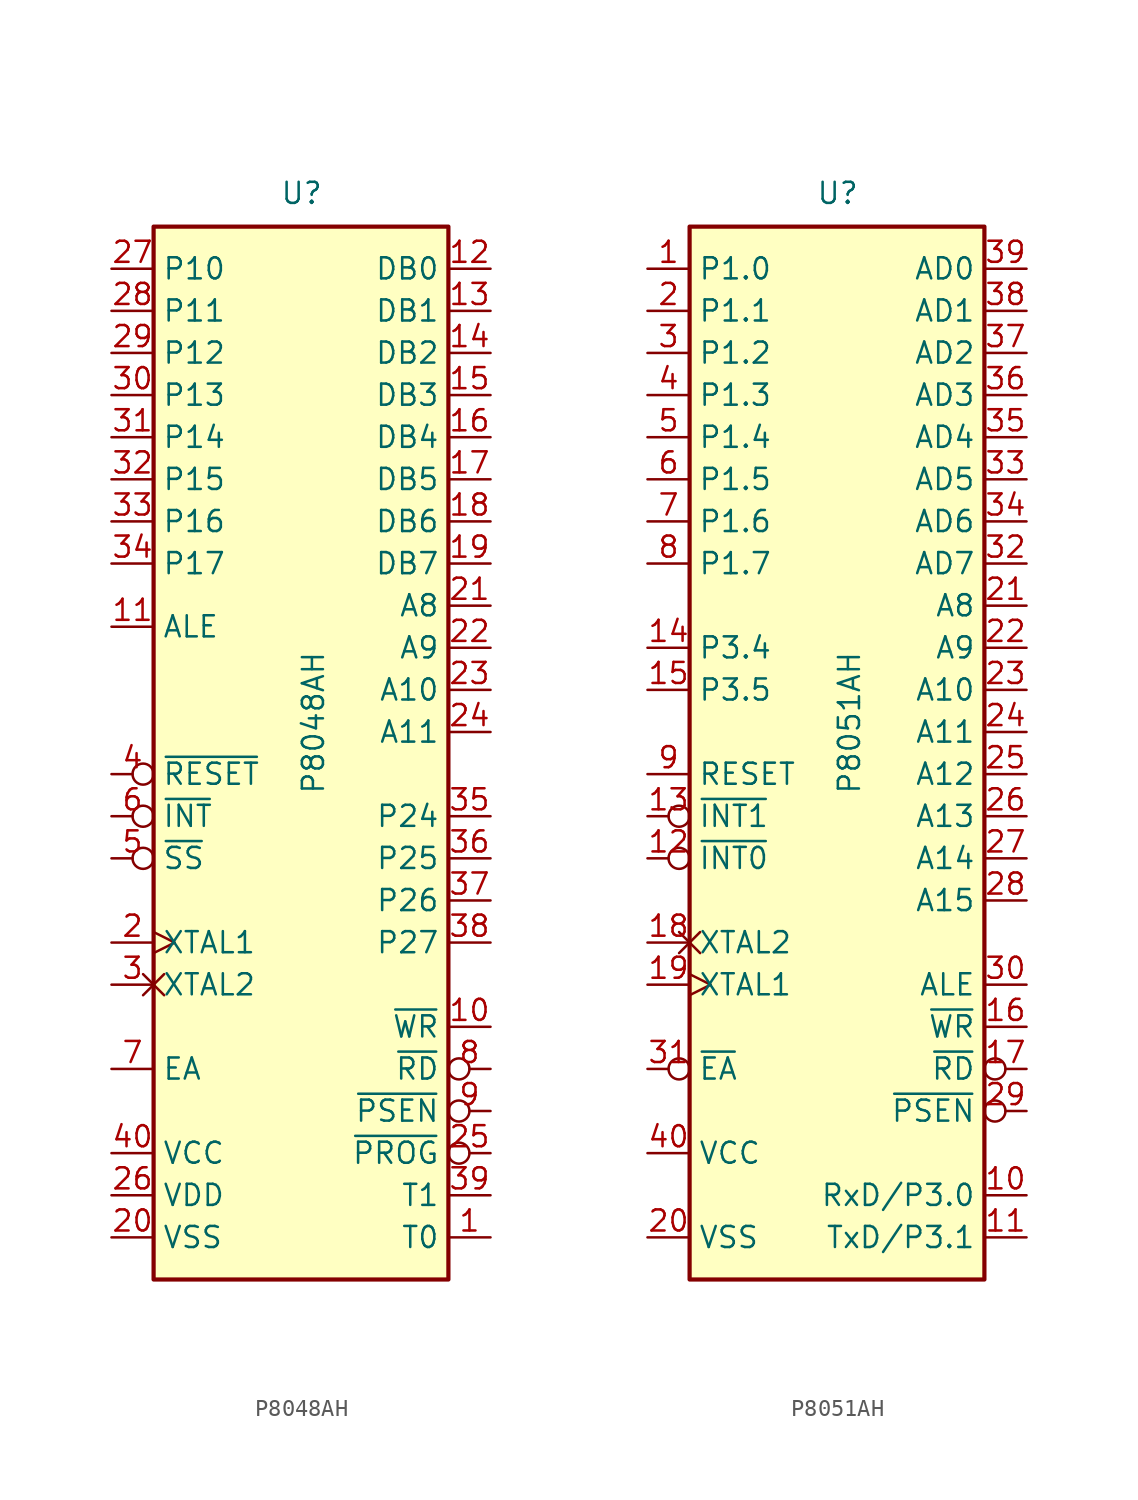
<source format=kicad_sym>
(kicad_symbol_lib
  (version 20220914)
  (generator kicad_symbol_editor)
  (symbol "P8048AH"
    (property "Reference" "U"
      (at -1.27 31.75 0)
      (effects (font (size 1.27 1.27)) (justify left bottom)))
    (property "Value" "P8048AH"
      (at 0 -3.81 90)
      (effects (font (size 1.27 1.27)) (justify left top)))
    (symbol "P8048AH_0_1"
      (rectangle (start -8.89 -33.02) (end 8.89 30.48) (stroke (width 0.254) (type default)) (fill (type background))))
    (symbol "P8048AH_1_1"
      (pin output line (at 11.43 -30.48 180) (length 2.54) (name "T0" (effects (font (size 1.27 1.27)))) (number "1" (effects (font (size 1.27 1.27)))))
      (pin output line (at 11.43 -17.78 180) (length 2.54) (name "~{WR}" (effects (font (size 1.27 1.27)))) (number "10" (effects (font (size 1.27 1.27)))))
      (pin output line (at -11.43 6.35 0) (length 2.54) (name "ALE" (effects (font (size 1.27 1.27)))) (number "11" (effects (font (size 1.27 1.27)))))
      (pin bidirectional line (at 11.43 27.94 180) (length 2.54) (name "DB0" (effects (font (size 1.27 1.27)))) (number "12" (effects (font (size 1.27 1.27)))))
      (pin bidirectional line (at 11.43 25.4 180) (length 2.54) (name "DB1" (effects (font (size 1.27 1.27)))) (number "13" (effects (font (size 1.27 1.27)))))
      (pin bidirectional line (at 11.43 22.86 180) (length 2.54) (name "DB2" (effects (font (size 1.27 1.27)))) (number "14" (effects (font (size 1.27 1.27)))))
      (pin bidirectional line (at 11.43 20.32 180) (length 2.54) (name "DB3" (effects (font (size 1.27 1.27)))) (number "15" (effects (font (size 1.27 1.27)))))
      (pin bidirectional line (at 11.43 17.78 180) (length 2.54) (name "DB4" (effects (font (size 1.27 1.27)))) (number "16" (effects (font (size 1.27 1.27)))))
      (pin bidirectional line (at 11.43 15.24 180) (length 2.54) (name "DB5" (effects (font (size 1.27 1.27)))) (number "17" (effects (font (size 1.27 1.27)))))
      (pin bidirectional line (at 11.43 12.7 180) (length 2.54) (name "DB6" (effects (font (size 1.27 1.27)))) (number "18" (effects (font (size 1.27 1.27)))))
      (pin bidirectional line (at 11.43 10.16 180) (length 2.54) (name "DB7" (effects (font (size 1.27 1.27)))) (number "19" (effects (font (size 1.27 1.27)))))
      (pin input clock (at -11.43 -12.7 0) (length 2.54) (name "XTAL1" (effects (font (size 1.27 1.27)))) (number "2" (effects (font (size 1.27 1.27)))))
      (pin power_in line (at -11.43 -30.48 0) (length 2.54) (name "VSS" (effects (font (size 1.27 1.27)))) (number "20" (effects (font (size 1.27 1.27)))))
      (pin output line (at 11.43 7.62 180) (length 2.54) (name "A8" (effects (font (size 1.27 1.27)))) (number "21" (effects (font (size 1.27 1.27)))))
      (pin output line (at 11.43 5.08 180) (length 2.54) (name "A9" (effects (font (size 1.27 1.27)))) (number "22" (effects (font (size 1.27 1.27)))))
      (pin output line (at 11.43 2.54 180) (length 2.54) (name "A10" (effects (font (size 1.27 1.27)))) (number "23" (effects (font (size 1.27 1.27)))))
      (pin output line (at 11.43 0 180) (length 2.54) (name "A11" (effects (font (size 1.27 1.27)))) (number "24" (effects (font (size 1.27 1.27)))))
      (pin output inverted (at 11.43 -25.4 180) (length 2.54) (name "~{PROG}" (effects (font (size 1.27 1.27)))) (number "25" (effects (font (size 1.27 1.27)))))
      (pin power_in line (at -11.43 -27.94 0) (length 2.54) (name "VDD" (effects (font (size 1.27 1.27)))) (number "26" (effects (font (size 1.27 1.27)))))
      (pin bidirectional line (at -11.43 27.94 0) (length 2.54) (name "P10" (effects (font (size 1.27 1.27)))) (number "27" (effects (font (size 1.27 1.27)))))
      (pin bidirectional line (at -11.43 25.4 0) (length 2.54) (name "P11" (effects (font (size 1.27 1.27)))) (number "28" (effects (font (size 1.27 1.27)))))
      (pin bidirectional line (at -11.43 22.86 0) (length 2.54) (name "P12" (effects (font (size 1.27 1.27)))) (number "29" (effects (font (size 1.27 1.27)))))
      (pin input non_logic (at -11.43 -15.24 0) (length 2.54) (name "XTAL2" (effects (font (size 1.27 1.27)))) (number "3" (effects (font (size 1.27 1.27)))))
      (pin bidirectional line (at -11.43 20.32 0) (length 2.54) (name "P13" (effects (font (size 1.27 1.27)))) (number "30" (effects (font (size 1.27 1.27)))))
      (pin bidirectional line (at -11.43 17.78 0) (length 2.54) (name "P14" (effects (font (size 1.27 1.27)))) (number "31" (effects (font (size 1.27 1.27)))))
      (pin bidirectional line (at -11.43 15.24 0) (length 2.54) (name "P15" (effects (font (size 1.27 1.27)))) (number "32" (effects (font (size 1.27 1.27)))))
      (pin bidirectional line (at -11.43 12.7 0) (length 2.54) (name "P16" (effects (font (size 1.27 1.27)))) (number "33" (effects (font (size 1.27 1.27)))))
      (pin bidirectional line (at -11.43 10.16 0) (length 2.54) (name "P17" (effects (font (size 1.27 1.27)))) (number "34" (effects (font (size 1.27 1.27)))))
      (pin bidirectional line (at 11.43 -5.08 180) (length 2.54) (name "P24" (effects (font (size 1.27 1.27)))) (number "35" (effects (font (size 1.27 1.27)))))
      (pin bidirectional line (at 11.43 -7.62 180) (length 2.54) (name "P25" (effects (font (size 1.27 1.27)))) (number "36" (effects (font (size 1.27 1.27)))))
      (pin bidirectional line (at 11.43 -10.16 180) (length 2.54) (name "P26" (effects (font (size 1.27 1.27)))) (number "37" (effects (font (size 1.27 1.27)))))
      (pin bidirectional line (at 11.43 -12.7 180) (length 2.54) (name "P27" (effects (font (size 1.27 1.27)))) (number "38" (effects (font (size 1.27 1.27)))))
      (pin output line (at 11.43 -27.94 180) (length 2.54) (name "T1" (effects (font (size 1.27 1.27)))) (number "39" (effects (font (size 1.27 1.27)))))
      (pin input inverted (at -11.43 -2.54 0) (length 2.54) (name "~{RESET}" (effects (font (size 1.27 1.27)))) (number "4" (effects (font (size 1.27 1.27)))))
      (pin power_in line (at -11.43 -25.4 0) (length 2.54) (name "VCC" (effects (font (size 1.27 1.27)))) (number "40" (effects (font (size 1.27 1.27)))))
      (pin input inverted (at -11.43 -7.62 0) (length 2.54) (name "~{SS}" (effects (font (size 1.27 1.27)))) (number "5" (effects (font (size 1.27 1.27)))))
      (pin input inverted (at -11.43 -5.08 0) (length 2.54) (name "~{INT}" (effects (font (size 1.27 1.27)))) (number "6" (effects (font (size 1.27 1.27)))))
      (pin input line (at -11.43 -20.32 0) (length 2.54) (name "EA" (effects (font (size 1.27 1.27)))) (number "7" (effects (font (size 1.27 1.27)))))
      (pin output inverted (at 11.43 -20.32 180) (length 2.54) (name "~{RD}" (effects (font (size 1.27 1.27)))) (number "8" (effects (font (size 1.27 1.27)))))
      (pin output inverted (at 11.43 -22.86 180) (length 2.54) (name "~{PSEN}" (effects (font (size 1.27 1.27)))) (number "9" (effects (font (size 1.27 1.27)))))))
  (symbol "P8051AH"
    (property "Reference" "U"
      (at -1.27 31.75 0)
      (effects (font (size 1.27 1.27)) (justify left bottom)))
    (property "Value" "P8051AH"
      (at 0 -3.81 90)
      (effects (font (size 1.27 1.27)) (justify left top)))
    (symbol "P8051AH_0_1"
      (rectangle (start -8.89 -33.02) (end 8.89 30.48) (stroke (width 0.254) (type default)) (fill (type background))))
    (symbol "P8051AH_1_1"
      (pin bidirectional line (at -11.43 27.94 0) (length 2.54) (name "P1.0" (effects (font (size 1.27 1.27)))) (number "1" (effects (font (size 1.27 1.27)))))
      (pin input line (at 11.43 -27.94 180) (length 2.54) (name "RxD/P3.0" (effects (font (size 1.27 1.27)))) (number "10" (effects (font (size 1.27 1.27)))))
      (pin output line (at 11.43 -30.48 180) (length 2.54) (name "TxD/P3.1" (effects (font (size 1.27 1.27)))) (number "11" (effects (font (size 1.27 1.27)))))
      (pin input inverted (at -11.43 -7.62 0) (length 2.54) (name "~{INT0}" (effects (font (size 1.27 1.27)))) (number "12" (effects (font (size 1.27 1.27)))))
      (pin input inverted (at -11.43 -5.08 0) (length 2.54) (name "~{INT1}" (effects (font (size 1.27 1.27)))) (number "13" (effects (font (size 1.27 1.27)))))
      (pin bidirectional line (at -11.43 5.08 0) (length 2.54) (name "P3.4" (effects (font (size 1.27 1.27)))) (number "14" (effects (font (size 1.27 1.27)))))
      (pin bidirectional line (at -11.43 2.54 0) (length 2.54) (name "P3.5" (effects (font (size 1.27 1.27)))) (number "15" (effects (font (size 1.27 1.27)))))
      (pin output line (at 11.43 -17.78 180) (length 2.54) (name "~{WR}" (effects (font (size 1.27 1.27)))) (number "16" (effects (font (size 1.27 1.27)))))
      (pin output inverted (at 11.43 -20.32 180) (length 2.54) (name "~{RD}" (effects (font (size 1.27 1.27)))) (number "17" (effects (font (size 1.27 1.27)))))
      (pin input non_logic (at -11.43 -12.7 0) (length 2.54) (name "XTAL2" (effects (font (size 1.27 1.27)))) (number "18" (effects (font (size 1.27 1.27)))))
      (pin input clock (at -11.43 -15.24 0) (length 2.54) (name "XTAL1" (effects (font (size 1.27 1.27)))) (number "19" (effects (font (size 1.27 1.27)))))
      (pin bidirectional line (at -11.43 25.4 0) (length 2.54) (name "P1.1" (effects (font (size 1.27 1.27)))) (number "2" (effects (font (size 1.27 1.27)))))
      (pin power_in line (at -11.43 -30.48 0) (length 2.54) (name "VSS" (effects (font (size 1.27 1.27)))) (number "20" (effects (font (size 1.27 1.27)))))
      (pin output line (at 11.43 7.62 180) (length 2.54) (name "A8" (effects (font (size 1.27 1.27)))) (number "21" (effects (font (size 1.27 1.27)))))
      (pin output line (at 11.43 5.08 180) (length 2.54) (name "A9" (effects (font (size 1.27 1.27)))) (number "22" (effects (font (size 1.27 1.27)))))
      (pin output line (at 11.43 2.54 180) (length 2.54) (name "A10" (effects (font (size 1.27 1.27)))) (number "23" (effects (font (size 1.27 1.27)))))
      (pin output line (at 11.43 0 180) (length 2.54) (name "A11" (effects (font (size 1.27 1.27)))) (number "24" (effects (font (size 1.27 1.27)))))
      (pin output line (at 11.43 -2.54 180) (length 2.54) (name "A12" (effects (font (size 1.27 1.27)))) (number "25" (effects (font (size 1.27 1.27)))))
      (pin output line (at 11.43 -5.08 180) (length 2.54) (name "A13" (effects (font (size 1.27 1.27)))) (number "26" (effects (font (size 1.27 1.27)))))
      (pin output line (at 11.43 -7.62 180) (length 2.54) (name "A14" (effects (font (size 1.27 1.27)))) (number "27" (effects (font (size 1.27 1.27)))))
      (pin output line (at 11.43 -10.16 180) (length 2.54) (name "A15" (effects (font (size 1.27 1.27)))) (number "28" (effects (font (size 1.27 1.27)))))
      (pin output inverted (at 11.43 -22.86 180) (length 2.54) (name "~{PSEN}" (effects (font (size 1.27 1.27)))) (number "29" (effects (font (size 1.27 1.27)))))
      (pin bidirectional line (at -11.43 22.86 0) (length 2.54) (name "P1.2" (effects (font (size 1.27 1.27)))) (number "3" (effects (font (size 1.27 1.27)))))
      (pin output line (at 11.43 -15.24 180) (length 2.54) (name "ALE" (effects (font (size 1.27 1.27)))) (number "30" (effects (font (size 1.27 1.27)))))
      (pin input inverted (at -11.43 -20.32 0) (length 2.54) (name "~{EA}" (effects (font (size 1.27 1.27)))) (number "31" (effects (font (size 1.27 1.27)))))
      (pin bidirectional line (at 11.43 10.16 180) (length 2.54) (name "AD7" (effects (font (size 1.27 1.27)))) (number "32" (effects (font (size 1.27 1.27)))))
      (pin bidirectional line (at 11.43 15.24 180) (length 2.54) (name "AD5" (effects (font (size 1.27 1.27)))) (number "33" (effects (font (size 1.27 1.27)))))
      (pin bidirectional line (at 11.43 12.7 180) (length 2.54) (name "AD6" (effects (font (size 1.27 1.27)))) (number "34" (effects (font (size 1.27 1.27)))))
      (pin bidirectional line (at 11.43 17.78 180) (length 2.54) (name "AD4" (effects (font (size 1.27 1.27)))) (number "35" (effects (font (size 1.27 1.27)))))
      (pin bidirectional line (at 11.43 20.32 180) (length 2.54) (name "AD3" (effects (font (size 1.27 1.27)))) (number "36" (effects (font (size 1.27 1.27)))))
      (pin bidirectional line (at 11.43 22.86 180) (length 2.54) (name "AD2" (effects (font (size 1.27 1.27)))) (number "37" (effects (font (size 1.27 1.27)))))
      (pin bidirectional line (at 11.43 25.4 180) (length 2.54) (name "AD1" (effects (font (size 1.27 1.27)))) (number "38" (effects (font (size 1.27 1.27)))))
      (pin bidirectional line (at 11.43 27.94 180) (length 2.54) (name "AD0" (effects (font (size 1.27 1.27)))) (number "39" (effects (font (size 1.27 1.27)))))
      (pin bidirectional line (at -11.43 20.32 0) (length 2.54) (name "P1.3" (effects (font (size 1.27 1.27)))) (number "4" (effects (font (size 1.27 1.27)))))
      (pin power_in line (at -11.43 -25.4 0) (length 2.54) (name "VCC" (effects (font (size 1.27 1.27)))) (number "40" (effects (font (size 1.27 1.27)))))
      (pin bidirectional line (at -11.43 17.78 0) (length 2.54) (name "P1.4" (effects (font (size 1.27 1.27)))) (number "5" (effects (font (size 1.27 1.27)))))
      (pin bidirectional line (at -11.43 15.24 0) (length 2.54) (name "P1.5" (effects (font (size 1.27 1.27)))) (number "6" (effects (font (size 1.27 1.27)))))
      (pin bidirectional line (at -11.43 12.7 0) (length 2.54) (name "P1.6" (effects (font (size 1.27 1.27)))) (number "7" (effects (font (size 1.27 1.27)))))
      (pin bidirectional line (at -11.43 10.16 0) (length 2.54) (name "P1.7" (effects (font (size 1.27 1.27)))) (number "8" (effects (font (size 1.27 1.27)))))
      (pin input line (at -11.43 -2.54 0) (length 2.54) (name "RESET" (effects (font (size 1.27 1.27)))) (number "9" (effects (font (size 1.27 1.27))))))))
</source>
